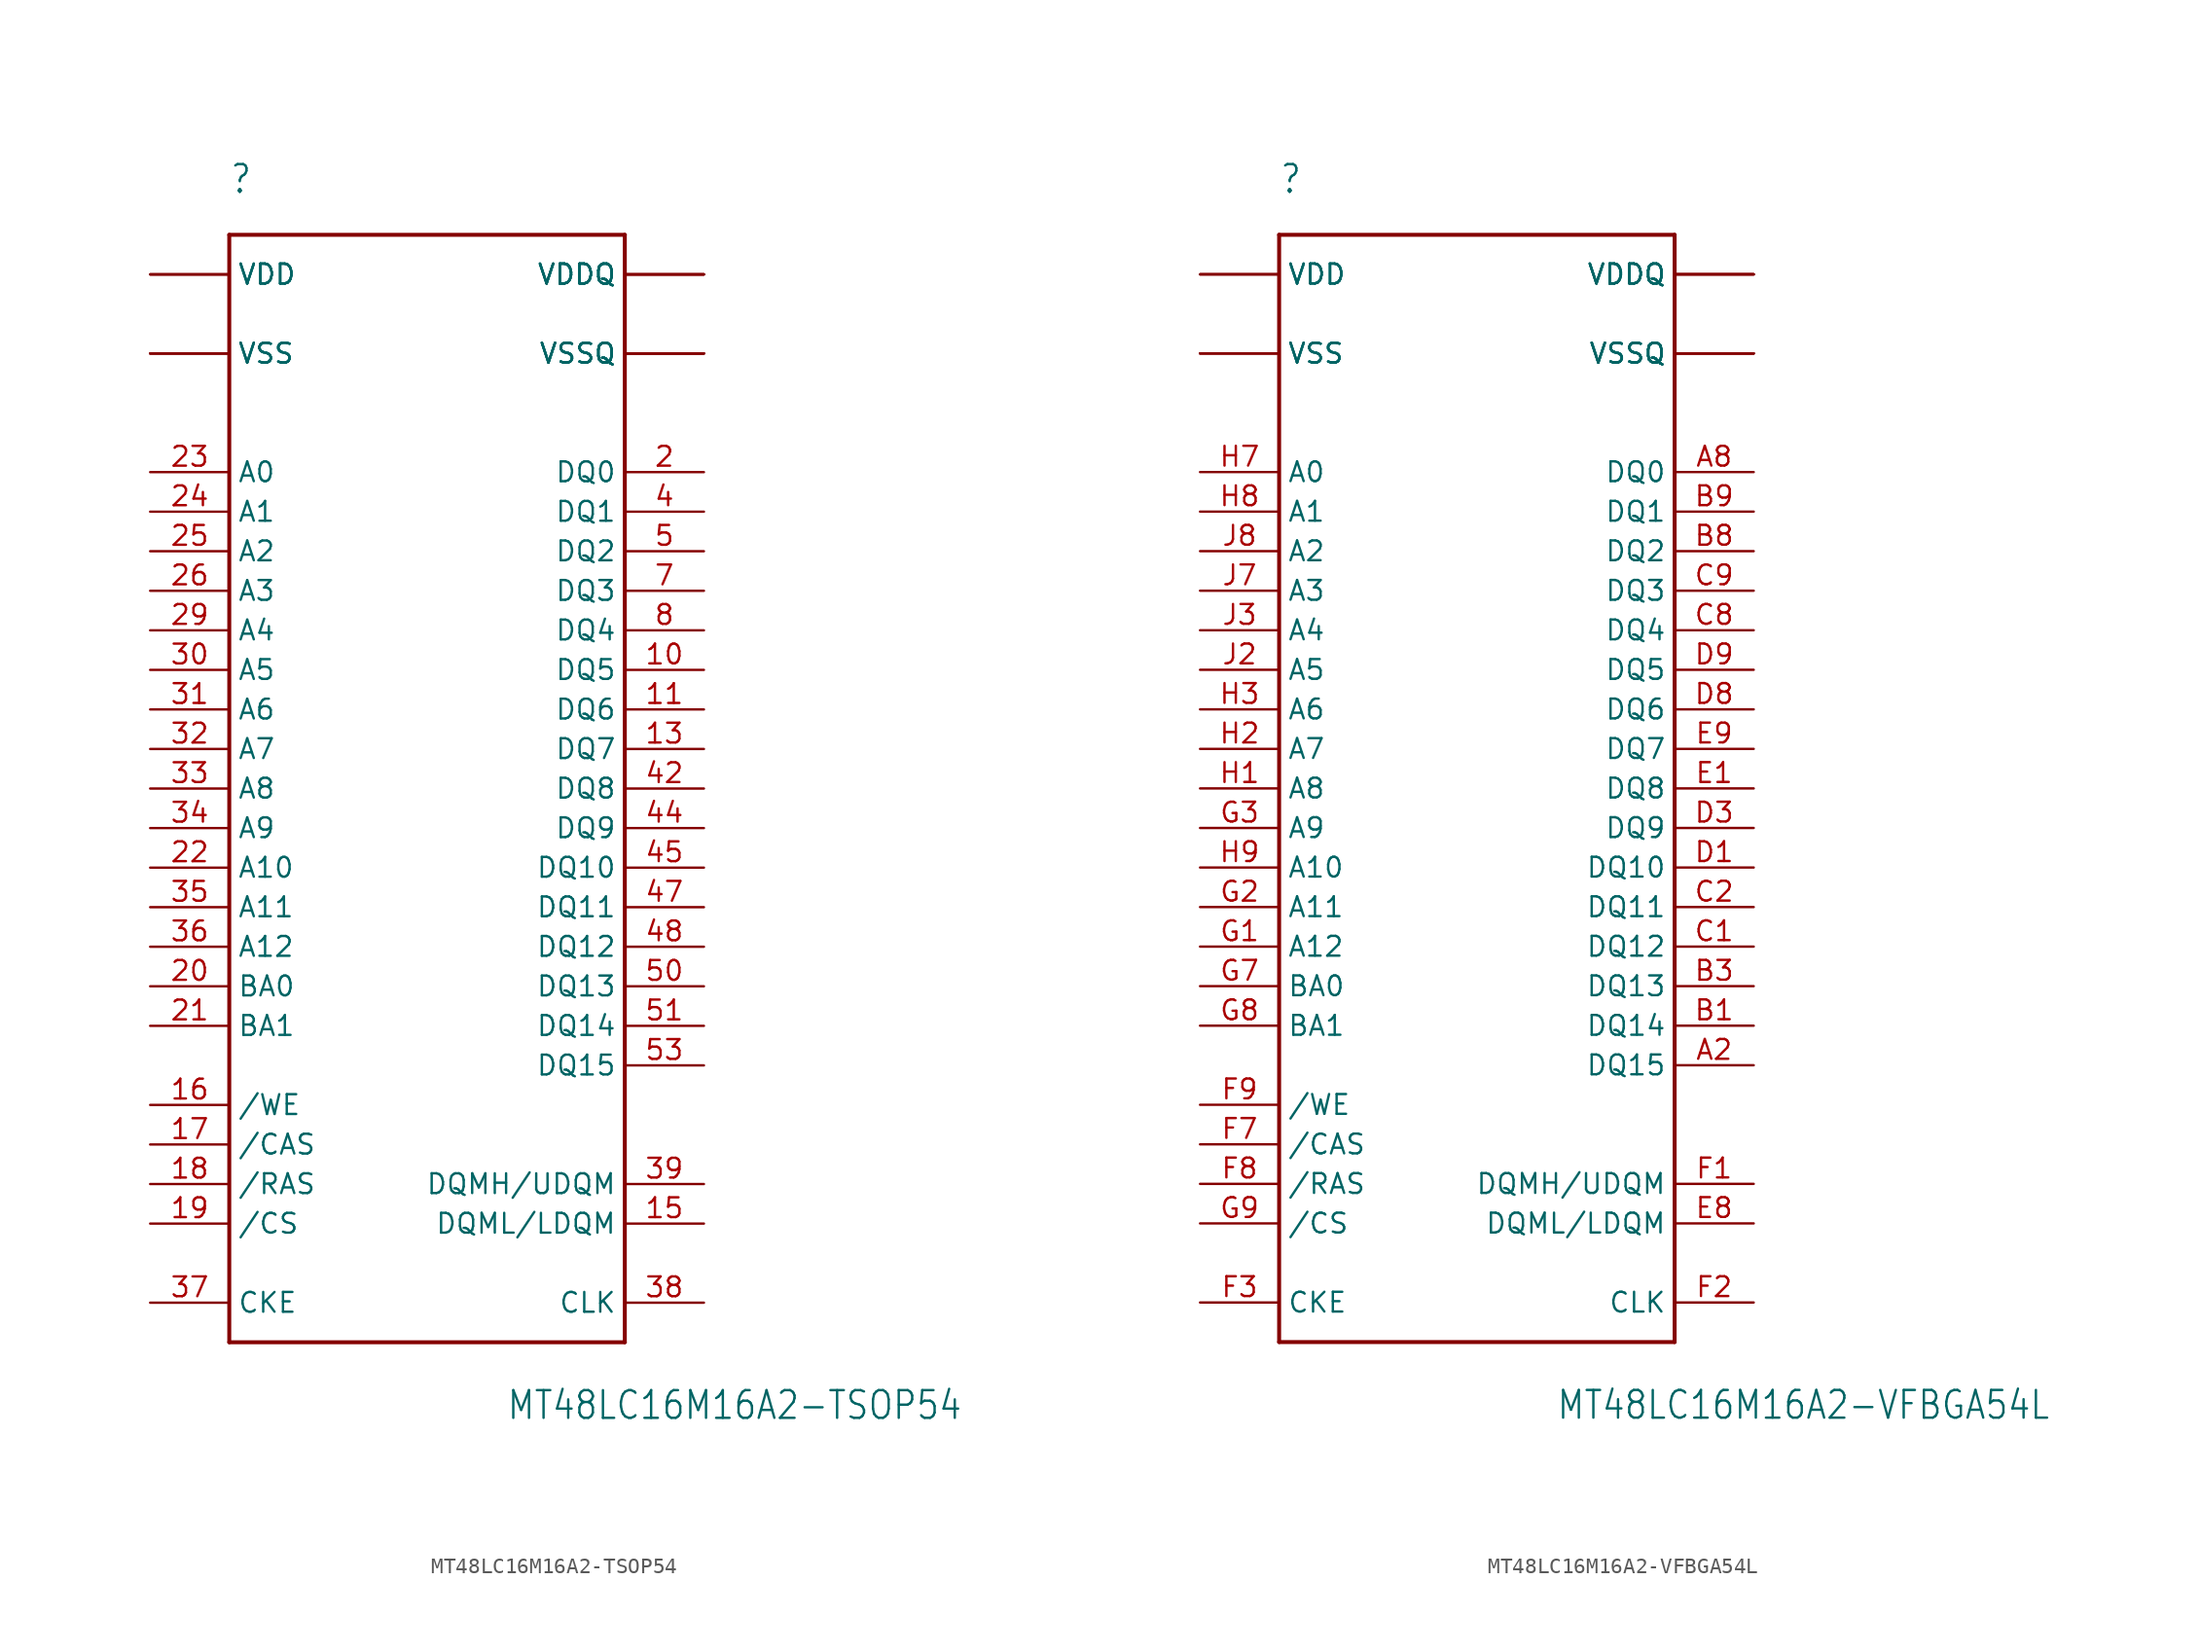
<source format=kicad_sym>
(kicad_symbol_lib
  (version 20211014)
  (generator kicad_symbol_editor)
  (symbol "MT48LC16M16A2-TSOP54"
    (property "Reference" ""
      (at -30.48 40.64 0)
      (effects (font (size 1.778 1.511)) (justify left bottom)))
    (property "Value" "MT48LC16M16A2-TSOP54"
      (at -12.7 -38.1 0)
      (effects (font (size 1.778 1.511)) (justify left bottom)))
    (property "ki_locked" ""
      (at 0 0 0)
      (effects (font (size 1.27 1.27))))
    (symbol "MT48LC16M16A2-TSOP54_1_0"
      (polyline (pts (xy -30.48 -33.02) (xy -30.48 38.1)) (stroke (width 0.254) (type default) (color 0 0 0 0)) (fill (type none)))
      (polyline (pts (xy -30.48 38.1) (xy -5.08 38.1)) (stroke (width 0.254) (type default) (color 0 0 0 0)) (fill (type none)))
      (polyline (pts (xy -5.08 -33.02) (xy -30.48 -33.02)) (stroke (width 0.254) (type default) (color 0 0 0 0)) (fill (type none)))
      (polyline (pts (xy -5.08 38.1) (xy -5.08 -33.02)) (stroke (width 0.254) (type default) (color 0 0 0 0)) (fill (type none)))
      (pin power_in line (at -35.56 35.56 0) (length 5.08) (name "VDD" (effects (font (size 1.27 1.27)))) (number "1" (effects (font (size 0 0)))))
      (pin bidirectional line (at 0 10.16 180) (length 5.08) (name "DQ5" (effects (font (size 1.27 1.27)))) (number "10" (effects (font (size 1.27 1.27)))))
      (pin bidirectional line (at 0 7.62 180) (length 5.08) (name "DQ6" (effects (font (size 1.27 1.27)))) (number "11" (effects (font (size 1.27 1.27)))))
      (pin power_in line (at 0 30.48 180) (length 5.08) (name "VSSQ" (effects (font (size 1.27 1.27)))) (number "12" (effects (font (size 0 0)))))
      (pin bidirectional line (at 0 5.08 180) (length 5.08) (name "DQ7" (effects (font (size 1.27 1.27)))) (number "13" (effects (font (size 1.27 1.27)))))
      (pin power_in line (at -35.56 35.56 0) (length 5.08) (name "VDD" (effects (font (size 1.27 1.27)))) (number "14" (effects (font (size 0 0)))))
      (pin input line (at 0 -25.4 180) (length 5.08) (name "DQML/LDQM" (effects (font (size 1.27 1.27)))) (number "15" (effects (font (size 1.27 1.27)))))
      (pin input line (at -35.56 -17.78 0) (length 5.08) (name "/WE" (effects (font (size 1.27 1.27)))) (number "16" (effects (font (size 1.27 1.27)))))
      (pin input line (at -35.56 -20.32 0) (length 5.08) (name "/CAS" (effects (font (size 1.27 1.27)))) (number "17" (effects (font (size 1.27 1.27)))))
      (pin input line (at -35.56 -22.86 0) (length 5.08) (name "/RAS" (effects (font (size 1.27 1.27)))) (number "18" (effects (font (size 1.27 1.27)))))
      (pin input line (at -35.56 -25.4 0) (length 5.08) (name "/CS" (effects (font (size 1.27 1.27)))) (number "19" (effects (font (size 1.27 1.27)))))
      (pin bidirectional line (at 0 22.86 180) (length 5.08) (name "DQ0" (effects (font (size 1.27 1.27)))) (number "2" (effects (font (size 1.27 1.27)))))
      (pin input line (at -35.56 -10.16 0) (length 5.08) (name "BA0" (effects (font (size 1.27 1.27)))) (number "20" (effects (font (size 1.27 1.27)))))
      (pin input line (at -35.56 -12.7 0) (length 5.08) (name "BA1" (effects (font (size 1.27 1.27)))) (number "21" (effects (font (size 1.27 1.27)))))
      (pin input line (at -35.56 -2.54 0) (length 5.08) (name "A10" (effects (font (size 1.27 1.27)))) (number "22" (effects (font (size 1.27 1.27)))))
      (pin input line (at -35.56 22.86 0) (length 5.08) (name "A0" (effects (font (size 1.27 1.27)))) (number "23" (effects (font (size 1.27 1.27)))))
      (pin input line (at -35.56 20.32 0) (length 5.08) (name "A1" (effects (font (size 1.27 1.27)))) (number "24" (effects (font (size 1.27 1.27)))))
      (pin input line (at -35.56 17.78 0) (length 5.08) (name "A2" (effects (font (size 1.27 1.27)))) (number "25" (effects (font (size 1.27 1.27)))))
      (pin input line (at -35.56 15.24 0) (length 5.08) (name "A3" (effects (font (size 1.27 1.27)))) (number "26" (effects (font (size 1.27 1.27)))))
      (pin power_in line (at -35.56 35.56 0) (length 5.08) (name "VDD" (effects (font (size 1.27 1.27)))) (number "27" (effects (font (size 0 0)))))
      (pin power_in line (at -35.56 30.48 0) (length 5.08) (name "VSS" (effects (font (size 1.27 1.27)))) (number "28" (effects (font (size 0 0)))))
      (pin input line (at -35.56 12.7 0) (length 5.08) (name "A4" (effects (font (size 1.27 1.27)))) (number "29" (effects (font (size 1.27 1.27)))))
      (pin power_in line (at 0 35.56 180) (length 5.08) (name "VDDQ" (effects (font (size 1.27 1.27)))) (number "3" (effects (font (size 0 0)))))
      (pin input line (at -35.56 10.16 0) (length 5.08) (name "A5" (effects (font (size 1.27 1.27)))) (number "30" (effects (font (size 1.27 1.27)))))
      (pin input line (at -35.56 7.62 0) (length 5.08) (name "A6" (effects (font (size 1.27 1.27)))) (number "31" (effects (font (size 1.27 1.27)))))
      (pin input line (at -35.56 5.08 0) (length 5.08) (name "A7" (effects (font (size 1.27 1.27)))) (number "32" (effects (font (size 1.27 1.27)))))
      (pin input line (at -35.56 2.54 0) (length 5.08) (name "A8" (effects (font (size 1.27 1.27)))) (number "33" (effects (font (size 1.27 1.27)))))
      (pin input line (at -35.56 0 0) (length 5.08) (name "A9" (effects (font (size 1.27 1.27)))) (number "34" (effects (font (size 1.27 1.27)))))
      (pin input line (at -35.56 -5.08 0) (length 5.08) (name "A11" (effects (font (size 1.27 1.27)))) (number "35" (effects (font (size 1.27 1.27)))))
      (pin input line (at -35.56 -7.62 0) (length 5.08) (name "A12" (effects (font (size 1.27 1.27)))) (number "36" (effects (font (size 1.27 1.27)))))
      (pin input line (at -35.56 -30.48 0) (length 5.08) (name "CKE" (effects (font (size 1.27 1.27)))) (number "37" (effects (font (size 1.27 1.27)))))
      (pin input line (at 0 -30.48 180) (length 5.08) (name "CLK" (effects (font (size 1.27 1.27)))) (number "38" (effects (font (size 1.27 1.27)))))
      (pin input line (at 0 -22.86 180) (length 5.08) (name "DQMH/UDQM" (effects (font (size 1.27 1.27)))) (number "39" (effects (font (size 1.27 1.27)))))
      (pin bidirectional line (at 0 20.32 180) (length 5.08) (name "DQ1" (effects (font (size 1.27 1.27)))) (number "4" (effects (font (size 1.27 1.27)))))
      (pin power_in line (at -35.56 30.48 0) (length 5.08) (name "VSS" (effects (font (size 1.27 1.27)))) (number "41" (effects (font (size 0 0)))))
      (pin bidirectional line (at 0 2.54 180) (length 5.08) (name "DQ8" (effects (font (size 1.27 1.27)))) (number "42" (effects (font (size 1.27 1.27)))))
      (pin power_in line (at 0 35.56 180) (length 5.08) (name "VDDQ" (effects (font (size 1.27 1.27)))) (number "43" (effects (font (size 0 0)))))
      (pin bidirectional line (at 0 0 180) (length 5.08) (name "DQ9" (effects (font (size 1.27 1.27)))) (number "44" (effects (font (size 1.27 1.27)))))
      (pin bidirectional line (at 0 -2.54 180) (length 5.08) (name "DQ10" (effects (font (size 1.27 1.27)))) (number "45" (effects (font (size 1.27 1.27)))))
      (pin power_in line (at 0 30.48 180) (length 5.08) (name "VSSQ" (effects (font (size 1.27 1.27)))) (number "46" (effects (font (size 0 0)))))
      (pin bidirectional line (at 0 -5.08 180) (length 5.08) (name "DQ11" (effects (font (size 1.27 1.27)))) (number "47" (effects (font (size 1.27 1.27)))))
      (pin bidirectional line (at 0 -7.62 180) (length 5.08) (name "DQ12" (effects (font (size 1.27 1.27)))) (number "48" (effects (font (size 1.27 1.27)))))
      (pin power_in line (at 0 35.56 180) (length 5.08) (name "VDDQ" (effects (font (size 1.27 1.27)))) (number "49" (effects (font (size 0 0)))))
      (pin bidirectional line (at 0 17.78 180) (length 5.08) (name "DQ2" (effects (font (size 1.27 1.27)))) (number "5" (effects (font (size 1.27 1.27)))))
      (pin bidirectional line (at 0 -10.16 180) (length 5.08) (name "DQ13" (effects (font (size 1.27 1.27)))) (number "50" (effects (font (size 1.27 1.27)))))
      (pin bidirectional line (at 0 -12.7 180) (length 5.08) (name "DQ14" (effects (font (size 1.27 1.27)))) (number "51" (effects (font (size 1.27 1.27)))))
      (pin power_in line (at 0 30.48 180) (length 5.08) (name "VSSQ" (effects (font (size 1.27 1.27)))) (number "52" (effects (font (size 0 0)))))
      (pin bidirectional line (at 0 -15.24 180) (length 5.08) (name "DQ15" (effects (font (size 1.27 1.27)))) (number "53" (effects (font (size 1.27 1.27)))))
      (pin power_in line (at -35.56 30.48 0) (length 5.08) (name "VSS" (effects (font (size 1.27 1.27)))) (number "54" (effects (font (size 0 0)))))
      (pin power_in line (at 0 30.48 180) (length 5.08) (name "VSSQ" (effects (font (size 1.27 1.27)))) (number "6" (effects (font (size 0 0)))))
      (pin bidirectional line (at 0 15.24 180) (length 5.08) (name "DQ3" (effects (font (size 1.27 1.27)))) (number "7" (effects (font (size 1.27 1.27)))))
      (pin bidirectional line (at 0 12.7 180) (length 5.08) (name "DQ4" (effects (font (size 1.27 1.27)))) (number "8" (effects (font (size 1.27 1.27)))))
      (pin power_in line (at 0 35.56 180) (length 5.08) (name "VDDQ" (effects (font (size 1.27 1.27)))) (number "9" (effects (font (size 0 0)))))))
  (symbol "MT48LC16M16A2-VFBGA54L"
    (property "Reference" ""
      (at -30.48 40.64 0)
      (effects (font (size 1.778 1.511)) (justify left bottom)))
    (property "Value" "MT48LC16M16A2-VFBGA54L"
      (at -12.7 -38.1 0)
      (effects (font (size 1.778 1.511)) (justify left bottom)))
    (property "ki_locked" ""
      (at 0 0 0)
      (effects (font (size 1.27 1.27))))
    (symbol "MT48LC16M16A2-VFBGA54L_1_0"
      (polyline (pts (xy -30.48 -33.02) (xy -30.48 38.1)) (stroke (width 0.254) (type default) (color 0 0 0 0)) (fill (type none)))
      (polyline (pts (xy -30.48 38.1) (xy -5.08 38.1)) (stroke (width 0.254) (type default) (color 0 0 0 0)) (fill (type none)))
      (polyline (pts (xy -5.08 -33.02) (xy -30.48 -33.02)) (stroke (width 0.254) (type default) (color 0 0 0 0)) (fill (type none)))
      (polyline (pts (xy -5.08 38.1) (xy -5.08 -33.02)) (stroke (width 0.254) (type default) (color 0 0 0 0)) (fill (type none)))
      (pin power_in line (at -35.56 30.48 0) (length 5.08) (name "VSS" (effects (font (size 1.27 1.27)))) (number "A1" (effects (font (size 0 0)))))
      (pin bidirectional line (at 0 -15.24 180) (length 5.08) (name "DQ15" (effects (font (size 1.27 1.27)))) (number "A2" (effects (font (size 1.27 1.27)))))
      (pin power_in line (at 0 30.48 180) (length 5.08) (name "VSSQ" (effects (font (size 1.27 1.27)))) (number "A3" (effects (font (size 0 0)))))
      (pin power_in line (at 0 35.56 180) (length 5.08) (name "VDDQ" (effects (font (size 1.27 1.27)))) (number "A7" (effects (font (size 0 0)))))
      (pin bidirectional line (at 0 22.86 180) (length 5.08) (name "DQ0" (effects (font (size 1.27 1.27)))) (number "A8" (effects (font (size 1.27 1.27)))))
      (pin power_in line (at -35.56 35.56 0) (length 5.08) (name "VDD" (effects (font (size 1.27 1.27)))) (number "A9" (effects (font (size 0 0)))))
      (pin bidirectional line (at 0 -12.7 180) (length 5.08) (name "DQ14" (effects (font (size 1.27 1.27)))) (number "B1" (effects (font (size 1.27 1.27)))))
      (pin power_in line (at 0 35.56 180) (length 5.08) (name "VDDQ" (effects (font (size 1.27 1.27)))) (number "B2" (effects (font (size 0 0)))))
      (pin bidirectional line (at 0 -10.16 180) (length 5.08) (name "DQ13" (effects (font (size 1.27 1.27)))) (number "B3" (effects (font (size 1.27 1.27)))))
      (pin power_in line (at 0 30.48 180) (length 5.08) (name "VSSQ" (effects (font (size 1.27 1.27)))) (number "B7" (effects (font (size 0 0)))))
      (pin bidirectional line (at 0 17.78 180) (length 5.08) (name "DQ2" (effects (font (size 1.27 1.27)))) (number "B8" (effects (font (size 1.27 1.27)))))
      (pin bidirectional line (at 0 20.32 180) (length 5.08) (name "DQ1" (effects (font (size 1.27 1.27)))) (number "B9" (effects (font (size 1.27 1.27)))))
      (pin bidirectional line (at 0 -7.62 180) (length 5.08) (name "DQ12" (effects (font (size 1.27 1.27)))) (number "C1" (effects (font (size 1.27 1.27)))))
      (pin bidirectional line (at 0 -5.08 180) (length 5.08) (name "DQ11" (effects (font (size 1.27 1.27)))) (number "C2" (effects (font (size 1.27 1.27)))))
      (pin power_in line (at 0 30.48 180) (length 5.08) (name "VSSQ" (effects (font (size 1.27 1.27)))) (number "C3" (effects (font (size 0 0)))))
      (pin power_in line (at 0 35.56 180) (length 5.08) (name "VDDQ" (effects (font (size 1.27 1.27)))) (number "C7" (effects (font (size 0 0)))))
      (pin bidirectional line (at 0 12.7 180) (length 5.08) (name "DQ4" (effects (font (size 1.27 1.27)))) (number "C8" (effects (font (size 1.27 1.27)))))
      (pin bidirectional line (at 0 15.24 180) (length 5.08) (name "DQ3" (effects (font (size 1.27 1.27)))) (number "C9" (effects (font (size 1.27 1.27)))))
      (pin bidirectional line (at 0 -2.54 180) (length 5.08) (name "DQ10" (effects (font (size 1.27 1.27)))) (number "D1" (effects (font (size 1.27 1.27)))))
      (pin power_in line (at 0 35.56 180) (length 5.08) (name "VDDQ" (effects (font (size 1.27 1.27)))) (number "D2" (effects (font (size 0 0)))))
      (pin bidirectional line (at 0 0 180) (length 5.08) (name "DQ9" (effects (font (size 1.27 1.27)))) (number "D3" (effects (font (size 1.27 1.27)))))
      (pin power_in line (at 0 30.48 180) (length 5.08) (name "VSSQ" (effects (font (size 1.27 1.27)))) (number "D7" (effects (font (size 0 0)))))
      (pin bidirectional line (at 0 7.62 180) (length 5.08) (name "DQ6" (effects (font (size 1.27 1.27)))) (number "D8" (effects (font (size 1.27 1.27)))))
      (pin bidirectional line (at 0 10.16 180) (length 5.08) (name "DQ5" (effects (font (size 1.27 1.27)))) (number "D9" (effects (font (size 1.27 1.27)))))
      (pin bidirectional line (at 0 2.54 180) (length 5.08) (name "DQ8" (effects (font (size 1.27 1.27)))) (number "E1" (effects (font (size 1.27 1.27)))))
      (pin power_in line (at -35.56 30.48 0) (length 5.08) (name "VSS" (effects (font (size 1.27 1.27)))) (number "E3" (effects (font (size 0 0)))))
      (pin power_in line (at -35.56 35.56 0) (length 5.08) (name "VDD" (effects (font (size 1.27 1.27)))) (number "E7" (effects (font (size 0 0)))))
      (pin input line (at 0 -25.4 180) (length 5.08) (name "DQML/LDQM" (effects (font (size 1.27 1.27)))) (number "E8" (effects (font (size 1.27 1.27)))))
      (pin bidirectional line (at 0 5.08 180) (length 5.08) (name "DQ7" (effects (font (size 1.27 1.27)))) (number "E9" (effects (font (size 1.27 1.27)))))
      (pin input line (at 0 -22.86 180) (length 5.08) (name "DQMH/UDQM" (effects (font (size 1.27 1.27)))) (number "F1" (effects (font (size 1.27 1.27)))))
      (pin input line (at 0 -30.48 180) (length 5.08) (name "CLK" (effects (font (size 1.27 1.27)))) (number "F2" (effects (font (size 1.27 1.27)))))
      (pin input line (at -35.56 -30.48 0) (length 5.08) (name "CKE" (effects (font (size 1.27 1.27)))) (number "F3" (effects (font (size 1.27 1.27)))))
      (pin input line (at -35.56 -20.32 0) (length 5.08) (name "/CAS" (effects (font (size 1.27 1.27)))) (number "F7" (effects (font (size 1.27 1.27)))))
      (pin input line (at -35.56 -22.86 0) (length 5.08) (name "/RAS" (effects (font (size 1.27 1.27)))) (number "F8" (effects (font (size 1.27 1.27)))))
      (pin input line (at -35.56 -17.78 0) (length 5.08) (name "/WE" (effects (font (size 1.27 1.27)))) (number "F9" (effects (font (size 1.27 1.27)))))
      (pin input line (at -35.56 -7.62 0) (length 5.08) (name "A12" (effects (font (size 1.27 1.27)))) (number "G1" (effects (font (size 1.27 1.27)))))
      (pin input line (at -35.56 -5.08 0) (length 5.08) (name "A11" (effects (font (size 1.27 1.27)))) (number "G2" (effects (font (size 1.27 1.27)))))
      (pin input line (at -35.56 0 0) (length 5.08) (name "A9" (effects (font (size 1.27 1.27)))) (number "G3" (effects (font (size 1.27 1.27)))))
      (pin input line (at -35.56 -10.16 0) (length 5.08) (name "BA0" (effects (font (size 1.27 1.27)))) (number "G7" (effects (font (size 1.27 1.27)))))
      (pin input line (at -35.56 -12.7 0) (length 5.08) (name "BA1" (effects (font (size 1.27 1.27)))) (number "G8" (effects (font (size 1.27 1.27)))))
      (pin input line (at -35.56 -25.4 0) (length 5.08) (name "/CS" (effects (font (size 1.27 1.27)))) (number "G9" (effects (font (size 1.27 1.27)))))
      (pin input line (at -35.56 2.54 0) (length 5.08) (name "A8" (effects (font (size 1.27 1.27)))) (number "H1" (effects (font (size 1.27 1.27)))))
      (pin input line (at -35.56 5.08 0) (length 5.08) (name "A7" (effects (font (size 1.27 1.27)))) (number "H2" (effects (font (size 1.27 1.27)))))
      (pin input line (at -35.56 7.62 0) (length 5.08) (name "A6" (effects (font (size 1.27 1.27)))) (number "H3" (effects (font (size 1.27 1.27)))))
      (pin input line (at -35.56 22.86 0) (length 5.08) (name "A0" (effects (font (size 1.27 1.27)))) (number "H7" (effects (font (size 1.27 1.27)))))
      (pin input line (at -35.56 20.32 0) (length 5.08) (name "A1" (effects (font (size 1.27 1.27)))) (number "H8" (effects (font (size 1.27 1.27)))))
      (pin input line (at -35.56 -2.54 0) (length 5.08) (name "A10" (effects (font (size 1.27 1.27)))) (number "H9" (effects (font (size 1.27 1.27)))))
      (pin power_in line (at -35.56 30.48 0) (length 5.08) (name "VSS" (effects (font (size 1.27 1.27)))) (number "J1" (effects (font (size 0 0)))))
      (pin input line (at -35.56 10.16 0) (length 5.08) (name "A5" (effects (font (size 1.27 1.27)))) (number "J2" (effects (font (size 1.27 1.27)))))
      (pin input line (at -35.56 12.7 0) (length 5.08) (name "A4" (effects (font (size 1.27 1.27)))) (number "J3" (effects (font (size 1.27 1.27)))))
      (pin input line (at -35.56 15.24 0) (length 5.08) (name "A3" (effects (font (size 1.27 1.27)))) (number "J7" (effects (font (size 1.27 1.27)))))
      (pin input line (at -35.56 17.78 0) (length 5.08) (name "A2" (effects (font (size 1.27 1.27)))) (number "J8" (effects (font (size 1.27 1.27)))))
      (pin power_in line (at -35.56 35.56 0) (length 5.08) (name "VDD" (effects (font (size 1.27 1.27)))) (number "J9" (effects (font (size 0 0))))))))
</source>
